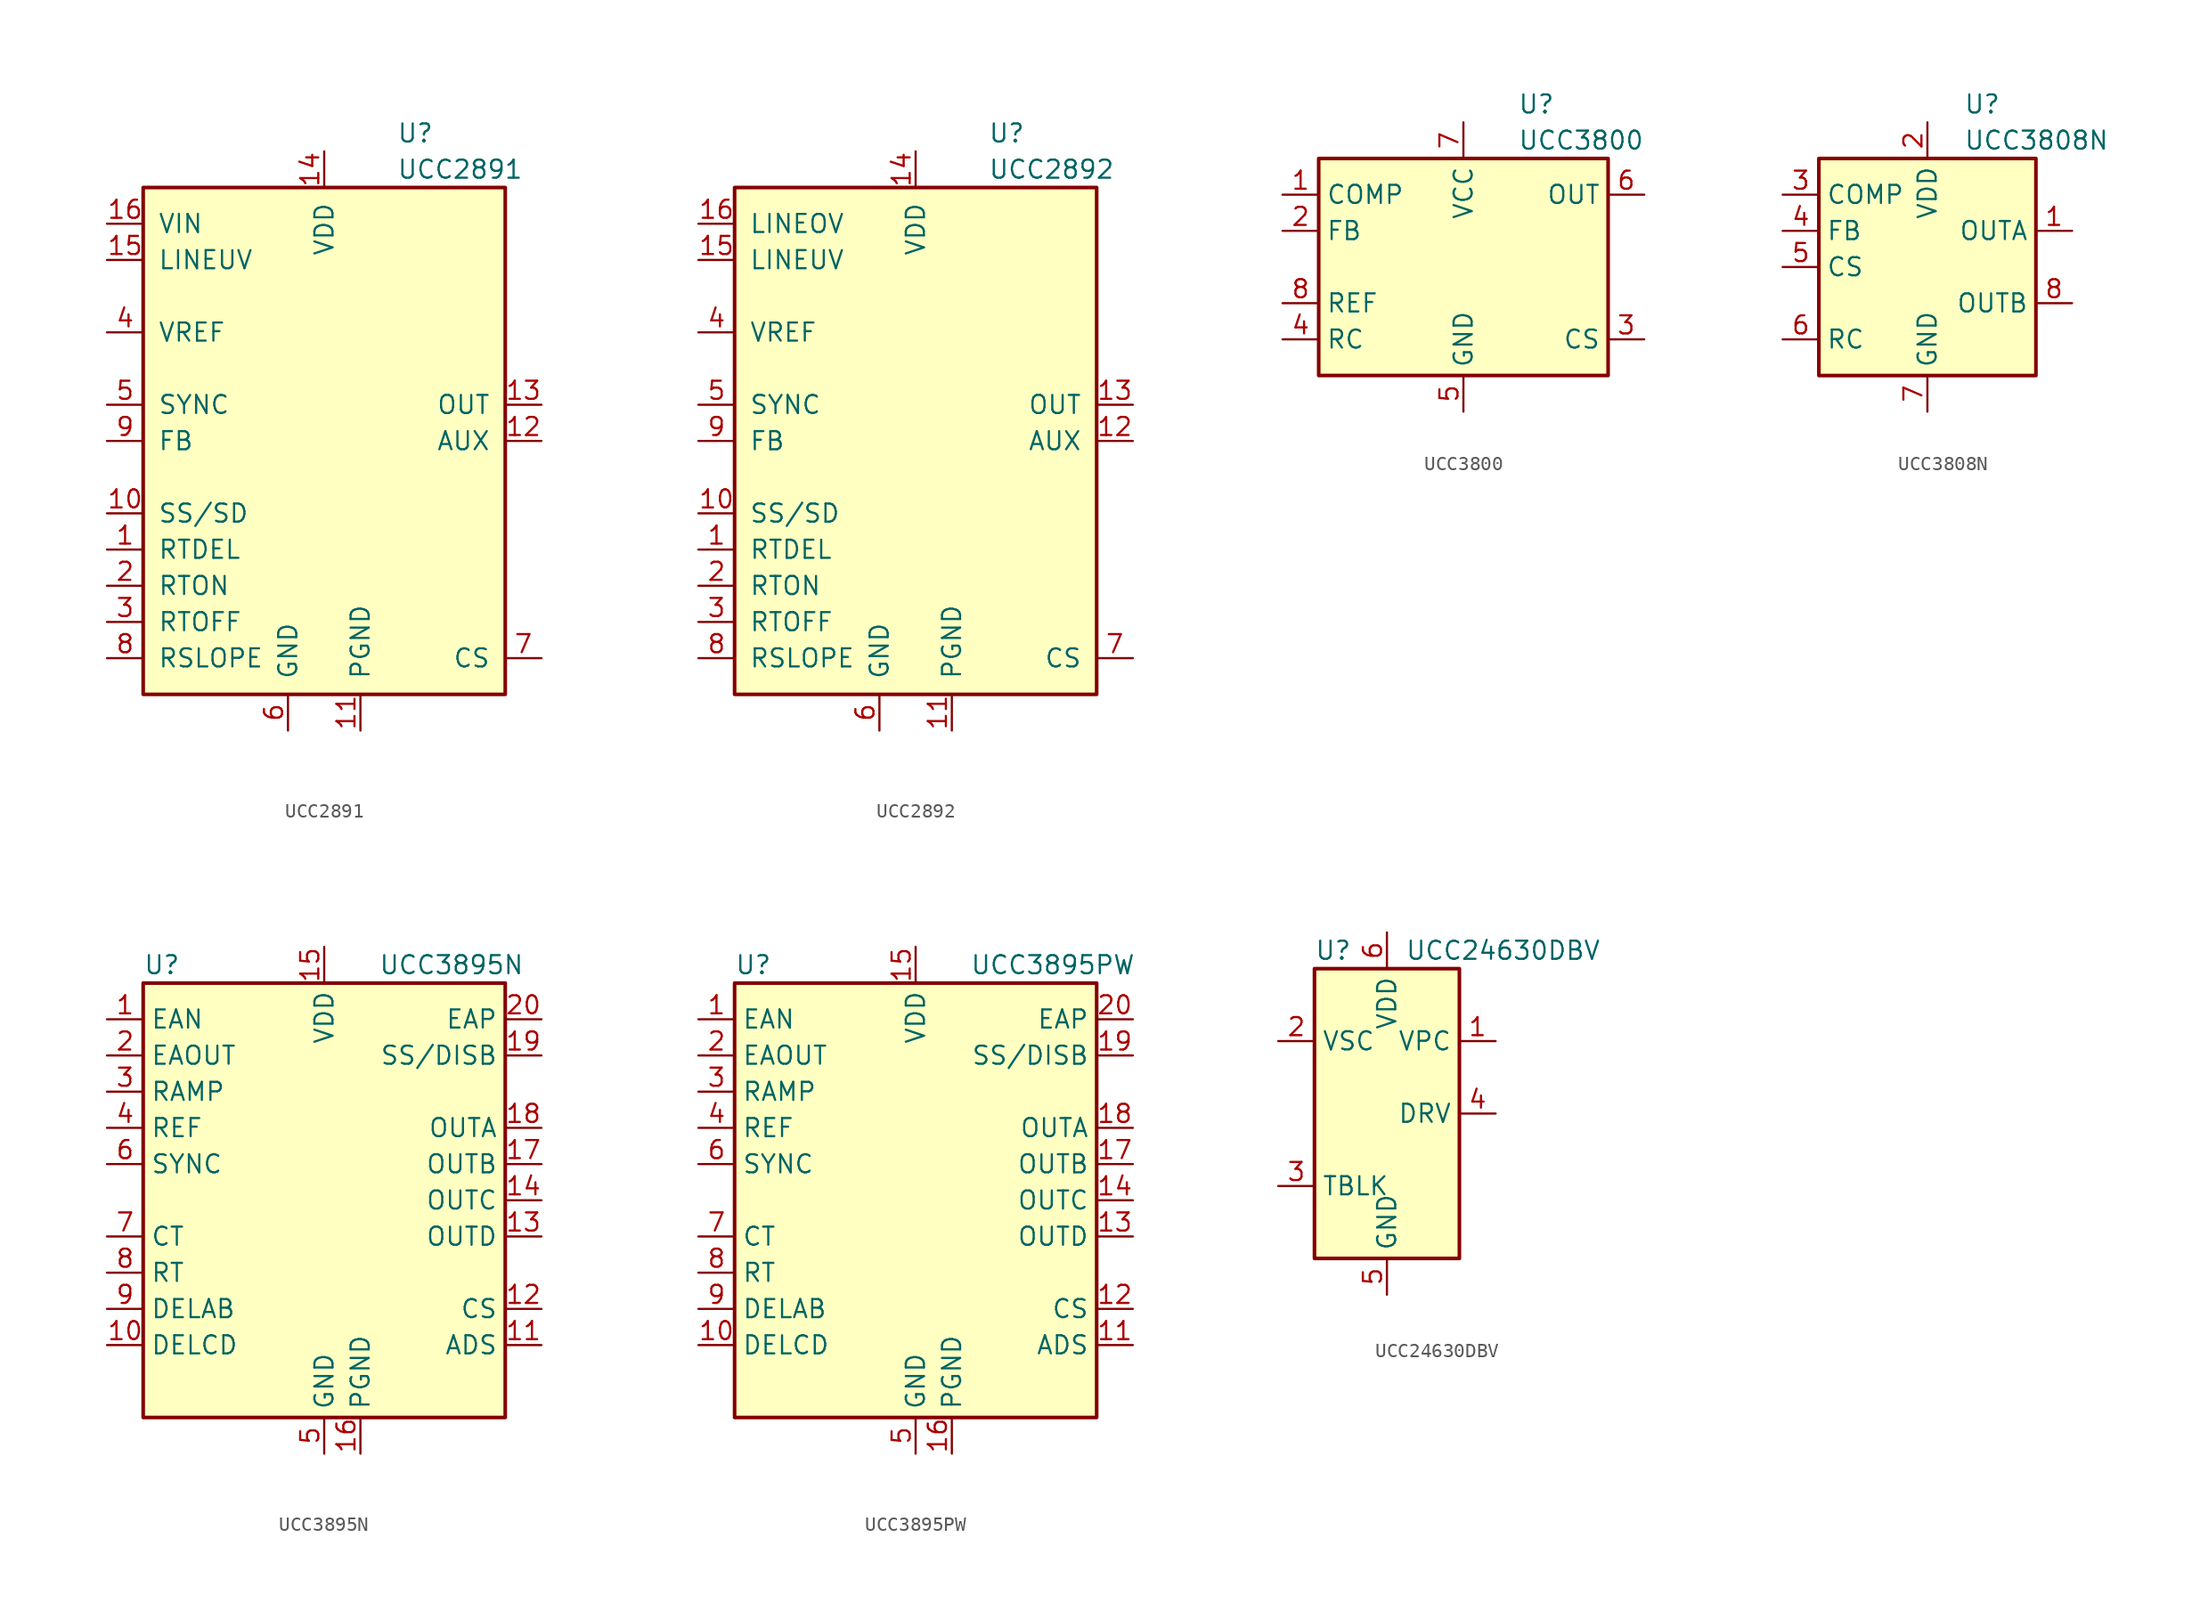
<source format=kicad_sym>
(kicad_symbol_lib
  (version 20220914)
  (generator kicad_symbol_editor)
  (symbol "UCC2891"
    (pin_names
      (offset 1.016))
    (property "Reference" "U"
      (at 5.08 21.59 0)
      (effects (font (size 1.27 1.27)) (justify left)))
    (property "Value" "UCC2891"
      (at 5.08 19.05 0)
      (effects (font (size 1.27 1.27)) (justify left)))
    (symbol "UCC2891_0_1"
      (rectangle (start -12.7 -17.78) (end 12.7 17.78) (stroke (width 0.254) (type default)) (fill (type background))))
    (symbol "UCC2891_1_1"
      (pin passive line (at -15.24 -7.62 0) (length 2.54) (name "RTDEL" (effects (font (size 1.27 1.27)))) (number "1" (effects (font (size 1.27 1.27)))))
      (pin passive line (at -15.24 -5.08 0) (length 2.54) (name "SS/SD" (effects (font (size 1.27 1.27)))) (number "10" (effects (font (size 1.27 1.27)))))
      (pin power_in line (at 2.54 -20.32 90) (length 2.54) (name "PGND" (effects (font (size 1.27 1.27)))) (number "11" (effects (font (size 1.27 1.27)))))
      (pin output line (at 15.24 0 180) (length 2.54) (name "AUX" (effects (font (size 1.27 1.27)))) (number "12" (effects (font (size 1.27 1.27)))))
      (pin output line (at 15.24 2.54 180) (length 2.54) (name "OUT" (effects (font (size 1.27 1.27)))) (number "13" (effects (font (size 1.27 1.27)))))
      (pin power_in line (at 0 20.32 270) (length 2.54) (name "VDD" (effects (font (size 1.27 1.27)))) (number "14" (effects (font (size 1.27 1.27)))))
      (pin passive line (at -15.24 12.7 0) (length 2.54) (name "LINEUV" (effects (font (size 1.27 1.27)))) (number "15" (effects (font (size 1.27 1.27)))))
      (pin input line (at -15.24 15.24 0) (length 2.54) (name "VIN" (effects (font (size 1.27 1.27)))) (number "16" (effects (font (size 1.27 1.27)))))
      (pin passive line (at -15.24 -10.16 0) (length 2.54) (name "RTON" (effects (font (size 1.27 1.27)))) (number "2" (effects (font (size 1.27 1.27)))))
      (pin passive line (at -15.24 -12.7 0) (length 2.54) (name "RTOFF" (effects (font (size 1.27 1.27)))) (number "3" (effects (font (size 1.27 1.27)))))
      (pin output line (at -15.24 7.62 0) (length 2.54) (name "VREF" (effects (font (size 1.27 1.27)))) (number "4" (effects (font (size 1.27 1.27)))))
      (pin input line (at -15.24 2.54 0) (length 2.54) (name "SYNC" (effects (font (size 1.27 1.27)))) (number "5" (effects (font (size 1.27 1.27)))))
      (pin power_in line (at -2.54 -20.32 90) (length 2.54) (name "GND" (effects (font (size 1.27 1.27)))) (number "6" (effects (font (size 1.27 1.27)))))
      (pin input line (at 15.24 -15.24 180) (length 2.54) (name "CS" (effects (font (size 1.27 1.27)))) (number "7" (effects (font (size 1.27 1.27)))))
      (pin passive line (at -15.24 -15.24 0) (length 2.54) (name "RSLOPE" (effects (font (size 1.27 1.27)))) (number "8" (effects (font (size 1.27 1.27)))))
      (pin input line (at -15.24 0 0) (length 2.54) (name "FB" (effects (font (size 1.27 1.27)))) (number "9" (effects (font (size 1.27 1.27)))))))
  (symbol "UCC2892"
    (pin_names
      (offset 1.016))
    (property "Reference" "U"
      (at 5.08 21.59 0)
      (effects (font (size 1.27 1.27)) (justify left)))
    (property "Value" "UCC2892"
      (at 5.08 19.05 0)
      (effects (font (size 1.27 1.27)) (justify left)))
    (symbol "UCC2892_0_1"
      (rectangle (start -12.7 -17.78) (end 12.7 17.78) (stroke (width 0.254) (type default)) (fill (type background))))
    (symbol "UCC2892_1_1"
      (pin passive line (at -15.24 -7.62 0) (length 2.54) (name "RTDEL" (effects (font (size 1.27 1.27)))) (number "1" (effects (font (size 1.27 1.27)))))
      (pin passive line (at -15.24 -5.08 0) (length 2.54) (name "SS/SD" (effects (font (size 1.27 1.27)))) (number "10" (effects (font (size 1.27 1.27)))))
      (pin power_in line (at 2.54 -20.32 90) (length 2.54) (name "PGND" (effects (font (size 1.27 1.27)))) (number "11" (effects (font (size 1.27 1.27)))))
      (pin output line (at 15.24 0 180) (length 2.54) (name "AUX" (effects (font (size 1.27 1.27)))) (number "12" (effects (font (size 1.27 1.27)))))
      (pin output line (at 15.24 2.54 180) (length 2.54) (name "OUT" (effects (font (size 1.27 1.27)))) (number "13" (effects (font (size 1.27 1.27)))))
      (pin power_in line (at 0 20.32 270) (length 2.54) (name "VDD" (effects (font (size 1.27 1.27)))) (number "14" (effects (font (size 1.27 1.27)))))
      (pin passive line (at -15.24 12.7 0) (length 2.54) (name "LINEUV" (effects (font (size 1.27 1.27)))) (number "15" (effects (font (size 1.27 1.27)))))
      (pin passive line (at -15.24 15.24 0) (length 2.54) (name "LINEOV" (effects (font (size 1.27 1.27)))) (number "16" (effects (font (size 1.27 1.27)))))
      (pin passive line (at -15.24 -10.16 0) (length 2.54) (name "RTON" (effects (font (size 1.27 1.27)))) (number "2" (effects (font (size 1.27 1.27)))))
      (pin passive line (at -15.24 -12.7 0) (length 2.54) (name "RTOFF" (effects (font (size 1.27 1.27)))) (number "3" (effects (font (size 1.27 1.27)))))
      (pin output line (at -15.24 7.62 0) (length 2.54) (name "VREF" (effects (font (size 1.27 1.27)))) (number "4" (effects (font (size 1.27 1.27)))))
      (pin input line (at -15.24 2.54 0) (length 2.54) (name "SYNC" (effects (font (size 1.27 1.27)))) (number "5" (effects (font (size 1.27 1.27)))))
      (pin power_in line (at -2.54 -20.32 90) (length 2.54) (name "GND" (effects (font (size 1.27 1.27)))) (number "6" (effects (font (size 1.27 1.27)))))
      (pin input line (at 15.24 -15.24 180) (length 2.54) (name "CS" (effects (font (size 1.27 1.27)))) (number "7" (effects (font (size 1.27 1.27)))))
      (pin passive line (at -15.24 -15.24 0) (length 2.54) (name "RSLOPE" (effects (font (size 1.27 1.27)))) (number "8" (effects (font (size 1.27 1.27)))))
      (pin input line (at -15.24 0 0) (length 2.54) (name "FB" (effects (font (size 1.27 1.27)))) (number "9" (effects (font (size 1.27 1.27)))))))
  (symbol "UCC3800"
    (property "Reference" "U"
      (at 3.81 11.43 0)
      (effects (font (size 1.27 1.27)) (justify left)))
    (property "Value" "UCC3800"
      (at 3.81 8.89 0)
      (effects (font (size 1.27 1.27)) (justify left)))
    (symbol "UCC3800_0_1"
      (rectangle (start -10.16 -7.62) (end 10.16 7.62) (stroke (width 0.254) (type default)) (fill (type background))))
    (symbol "UCC3800_1_1"
      (pin passive line (at -12.7 5.08 0) (length 2.54) (name "COMP" (effects (font (size 1.27 1.27)))) (number "1" (effects (font (size 1.27 1.27)))))
      (pin input line (at -12.7 2.54 0) (length 2.54) (name "FB" (effects (font (size 1.27 1.27)))) (number "2" (effects (font (size 1.27 1.27)))))
      (pin input line (at 12.7 -5.08 180) (length 2.54) (name "CS" (effects (font (size 1.27 1.27)))) (number "3" (effects (font (size 1.27 1.27)))))
      (pin passive line (at -12.7 -5.08 0) (length 2.54) (name "RC" (effects (font (size 1.27 1.27)))) (number "4" (effects (font (size 1.27 1.27)))))
      (pin power_in line (at 0 -10.16 90) (length 2.54) (name "GND" (effects (font (size 1.27 1.27)))) (number "5" (effects (font (size 1.27 1.27)))))
      (pin output line (at 12.7 5.08 180) (length 2.54) (name "OUT" (effects (font (size 1.27 1.27)))) (number "6" (effects (font (size 1.27 1.27)))))
      (pin power_in line (at 0 10.16 270) (length 2.54) (name "VCC" (effects (font (size 1.27 1.27)))) (number "7" (effects (font (size 1.27 1.27)))))
      (pin power_in line (at -12.7 -2.54 0) (length 2.54) (name "REF" (effects (font (size 1.27 1.27)))) (number "8" (effects (font (size 1.27 1.27)))))))
  (symbol "UCC3808N"
    (property "Reference" "U"
      (at 2.54 11.43 0)
      (effects (font (size 1.27 1.27)) (justify left)))
    (property "Value" "UCC3808N"
      (at 2.54 8.89 0)
      (effects (font (size 1.27 1.27)) (justify left)))
    (symbol "UCC3808N_0_1"
      (rectangle (start -7.62 -7.62) (end 7.62 7.62) (stroke (width 0.254) (type default)) (fill (type background))))
    (symbol "UCC3808N_1_1"
      (pin output line (at 10.16 2.54 180) (length 2.54) (name "OUTA" (effects (font (size 1.27 1.27)))) (number "1" (effects (font (size 1.27 1.27)))))
      (pin power_in line (at 0 10.16 270) (length 2.54) (name "VDD" (effects (font (size 1.27 1.27)))) (number "2" (effects (font (size 1.27 1.27)))))
      (pin passive line (at -10.16 5.08 0) (length 2.54) (name "COMP" (effects (font (size 1.27 1.27)))) (number "3" (effects (font (size 1.27 1.27)))))
      (pin input line (at -10.16 2.54 0) (length 2.54) (name "FB" (effects (font (size 1.27 1.27)))) (number "4" (effects (font (size 1.27 1.27)))))
      (pin input line (at -10.16 0 0) (length 2.54) (name "CS" (effects (font (size 1.27 1.27)))) (number "5" (effects (font (size 1.27 1.27)))))
      (pin passive line (at -10.16 -5.08 0) (length 2.54) (name "RC" (effects (font (size 1.27 1.27)))) (number "6" (effects (font (size 1.27 1.27)))))
      (pin power_in line (at 0 -10.16 90) (length 2.54) (name "GND" (effects (font (size 1.27 1.27)))) (number "7" (effects (font (size 1.27 1.27)))))
      (pin output line (at 10.16 -2.54 180) (length 2.54) (name "OUTB" (effects (font (size 1.27 1.27)))) (number "8" (effects (font (size 1.27 1.27)))))))
  (symbol "UCC3895N"
    (property "Reference" "U"
      (at -12.7 16.51 0)
      (effects (font (size 1.27 1.27)) (justify left)))
    (property "Value" "UCC3895N"
      (at 3.81 16.51 0)
      (effects (font (size 1.27 1.27)) (justify left)))
    (symbol "UCC3895N_0_1"
      (rectangle (start -12.7 15.24) (end 12.7 -15.24) (stroke (width 0.254) (type default)) (fill (type background))))
    (symbol "UCC3895N_1_1"
      (pin input line (at -15.24 12.7 0) (length 2.54) (name "EAN" (effects (font (size 1.27 1.27)))) (number "1" (effects (font (size 1.27 1.27)))))
      (pin passive line (at -15.24 -10.16 0) (length 2.54) (name "DELCD" (effects (font (size 1.27 1.27)))) (number "10" (effects (font (size 1.27 1.27)))))
      (pin input line (at 15.24 -10.16 180) (length 2.54) (name "ADS" (effects (font (size 1.27 1.27)))) (number "11" (effects (font (size 1.27 1.27)))))
      (pin input line (at 15.24 -7.62 180) (length 2.54) (name "CS" (effects (font (size 1.27 1.27)))) (number "12" (effects (font (size 1.27 1.27)))))
      (pin output line (at 15.24 -2.54 180) (length 2.54) (name "OUTD" (effects (font (size 1.27 1.27)))) (number "13" (effects (font (size 1.27 1.27)))))
      (pin output line (at 15.24 0 180) (length 2.54) (name "OUTC" (effects (font (size 1.27 1.27)))) (number "14" (effects (font (size 1.27 1.27)))))
      (pin power_in line (at 0 17.78 270) (length 2.54) (name "VDD" (effects (font (size 1.27 1.27)))) (number "15" (effects (font (size 1.27 1.27)))))
      (pin power_in line (at 2.54 -17.78 90) (length 2.54) (name "PGND" (effects (font (size 1.27 1.27)))) (number "16" (effects (font (size 1.27 1.27)))))
      (pin output line (at 15.24 2.54 180) (length 2.54) (name "OUTB" (effects (font (size 1.27 1.27)))) (number "17" (effects (font (size 1.27 1.27)))))
      (pin output line (at 15.24 5.08 180) (length 2.54) (name "OUTA" (effects (font (size 1.27 1.27)))) (number "18" (effects (font (size 1.27 1.27)))))
      (pin passive line (at 15.24 10.16 180) (length 2.54) (name "SS/DISB" (effects (font (size 1.27 1.27)))) (number "19" (effects (font (size 1.27 1.27)))))
      (pin bidirectional line (at -15.24 10.16 0) (length 2.54) (name "EAOUT" (effects (font (size 1.27 1.27)))) (number "2" (effects (font (size 1.27 1.27)))))
      (pin input line (at 15.24 12.7 180) (length 2.54) (name "EAP" (effects (font (size 1.27 1.27)))) (number "20" (effects (font (size 1.27 1.27)))))
      (pin input line (at -15.24 7.62 0) (length 2.54) (name "RAMP" (effects (font (size 1.27 1.27)))) (number "3" (effects (font (size 1.27 1.27)))))
      (pin output line (at -15.24 5.08 0) (length 2.54) (name "REF" (effects (font (size 1.27 1.27)))) (number "4" (effects (font (size 1.27 1.27)))))
      (pin power_in line (at 0 -17.78 90) (length 2.54) (name "GND" (effects (font (size 1.27 1.27)))) (number "5" (effects (font (size 1.27 1.27)))))
      (pin bidirectional line (at -15.24 2.54 0) (length 2.54) (name "SYNC" (effects (font (size 1.27 1.27)))) (number "6" (effects (font (size 1.27 1.27)))))
      (pin passive line (at -15.24 -2.54 0) (length 2.54) (name "CT" (effects (font (size 1.27 1.27)))) (number "7" (effects (font (size 1.27 1.27)))))
      (pin passive line (at -15.24 -5.08 0) (length 2.54) (name "RT" (effects (font (size 1.27 1.27)))) (number "8" (effects (font (size 1.27 1.27)))))
      (pin passive line (at -15.24 -7.62 0) (length 2.54) (name "DELAB" (effects (font (size 1.27 1.27)))) (number "9" (effects (font (size 1.27 1.27)))))))
  (symbol "UCC3895PW"
    (property "Reference" "U"
      (at -12.7 16.51 0)
      (effects (font (size 1.27 1.27)) (justify left)))
    (property "Value" "UCC3895PW"
      (at 3.81 16.51 0)
      (effects (font (size 1.27 1.27)) (justify left)))
    (symbol "UCC3895PW_0_1"
      (rectangle (start -12.7 15.24) (end 12.7 -15.24) (stroke (width 0.254) (type default)) (fill (type background))))
    (symbol "UCC3895PW_1_1"
      (pin input line (at -15.24 12.7 0) (length 2.54) (name "EAN" (effects (font (size 1.27 1.27)))) (number "1" (effects (font (size 1.27 1.27)))))
      (pin passive line (at -15.24 -10.16 0) (length 2.54) (name "DELCD" (effects (font (size 1.27 1.27)))) (number "10" (effects (font (size 1.27 1.27)))))
      (pin input line (at 15.24 -10.16 180) (length 2.54) (name "ADS" (effects (font (size 1.27 1.27)))) (number "11" (effects (font (size 1.27 1.27)))))
      (pin input line (at 15.24 -7.62 180) (length 2.54) (name "CS" (effects (font (size 1.27 1.27)))) (number "12" (effects (font (size 1.27 1.27)))))
      (pin output line (at 15.24 -2.54 180) (length 2.54) (name "OUTD" (effects (font (size 1.27 1.27)))) (number "13" (effects (font (size 1.27 1.27)))))
      (pin output line (at 15.24 0 180) (length 2.54) (name "OUTC" (effects (font (size 1.27 1.27)))) (number "14" (effects (font (size 1.27 1.27)))))
      (pin power_in line (at 0 17.78 270) (length 2.54) (name "VDD" (effects (font (size 1.27 1.27)))) (number "15" (effects (font (size 1.27 1.27)))))
      (pin power_in line (at 2.54 -17.78 90) (length 2.54) (name "PGND" (effects (font (size 1.27 1.27)))) (number "16" (effects (font (size 1.27 1.27)))))
      (pin output line (at 15.24 2.54 180) (length 2.54) (name "OUTB" (effects (font (size 1.27 1.27)))) (number "17" (effects (font (size 1.27 1.27)))))
      (pin output line (at 15.24 5.08 180) (length 2.54) (name "OUTA" (effects (font (size 1.27 1.27)))) (number "18" (effects (font (size 1.27 1.27)))))
      (pin passive line (at 15.24 10.16 180) (length 2.54) (name "SS/DISB" (effects (font (size 1.27 1.27)))) (number "19" (effects (font (size 1.27 1.27)))))
      (pin bidirectional line (at -15.24 10.16 0) (length 2.54) (name "EAOUT" (effects (font (size 1.27 1.27)))) (number "2" (effects (font (size 1.27 1.27)))))
      (pin input line (at 15.24 12.7 180) (length 2.54) (name "EAP" (effects (font (size 1.27 1.27)))) (number "20" (effects (font (size 1.27 1.27)))))
      (pin input line (at -15.24 7.62 0) (length 2.54) (name "RAMP" (effects (font (size 1.27 1.27)))) (number "3" (effects (font (size 1.27 1.27)))))
      (pin output line (at -15.24 5.08 0) (length 2.54) (name "REF" (effects (font (size 1.27 1.27)))) (number "4" (effects (font (size 1.27 1.27)))))
      (pin power_in line (at 0 -17.78 90) (length 2.54) (name "GND" (effects (font (size 1.27 1.27)))) (number "5" (effects (font (size 1.27 1.27)))))
      (pin bidirectional line (at -15.24 2.54 0) (length 2.54) (name "SYNC" (effects (font (size 1.27 1.27)))) (number "6" (effects (font (size 1.27 1.27)))))
      (pin passive line (at -15.24 -2.54 0) (length 2.54) (name "CT" (effects (font (size 1.27 1.27)))) (number "7" (effects (font (size 1.27 1.27)))))
      (pin passive line (at -15.24 -5.08 0) (length 2.54) (name "RT" (effects (font (size 1.27 1.27)))) (number "8" (effects (font (size 1.27 1.27)))))
      (pin passive line (at -15.24 -7.62 0) (length 2.54) (name "DELAB" (effects (font (size 1.27 1.27)))) (number "9" (effects (font (size 1.27 1.27)))))))
  (symbol "UCC24630DBV"
    (property "Reference" "U"
      (at -5.08 11.43 0)
      (effects (font (size 1.27 1.27)) (justify left)))
    (property "Value" "UCC24630DBV"
      (at 1.27 11.43 0)
      (effects (font (size 1.27 1.27)) (justify left)))
    (symbol "UCC24630DBV_0_1"
      (rectangle (start -5.08 -10.16) (end 5.08 10.16) (stroke (width 0.254) (type default)) (fill (type background))))
    (symbol "UCC24630DBV_1_1"
      (pin input line (at 7.62 5.08 180) (length 2.54) (name "VPC" (effects (font (size 1.27 1.27)))) (number "1" (effects (font (size 1.27 1.27)))))
      (pin input line (at -7.62 5.08 0) (length 2.54) (name "VSC" (effects (font (size 1.27 1.27)))) (number "2" (effects (font (size 1.27 1.27)))))
      (pin passive line (at -7.62 -5.08 0) (length 2.54) (name "TBLK" (effects (font (size 1.27 1.27)))) (number "3" (effects (font (size 1.27 1.27)))))
      (pin output line (at 7.62 0 180) (length 2.54) (name "DRV" (effects (font (size 1.27 1.27)))) (number "4" (effects (font (size 1.27 1.27)))))
      (pin power_in line (at 0 -12.7 90) (length 2.54) (name "GND" (effects (font (size 1.27 1.27)))) (number "5" (effects (font (size 1.27 1.27)))))
      (pin power_in line (at 0 12.7 270) (length 2.54) (name "VDD" (effects (font (size 1.27 1.27)))) (number "6" (effects (font (size 1.27 1.27))))))))
</source>
